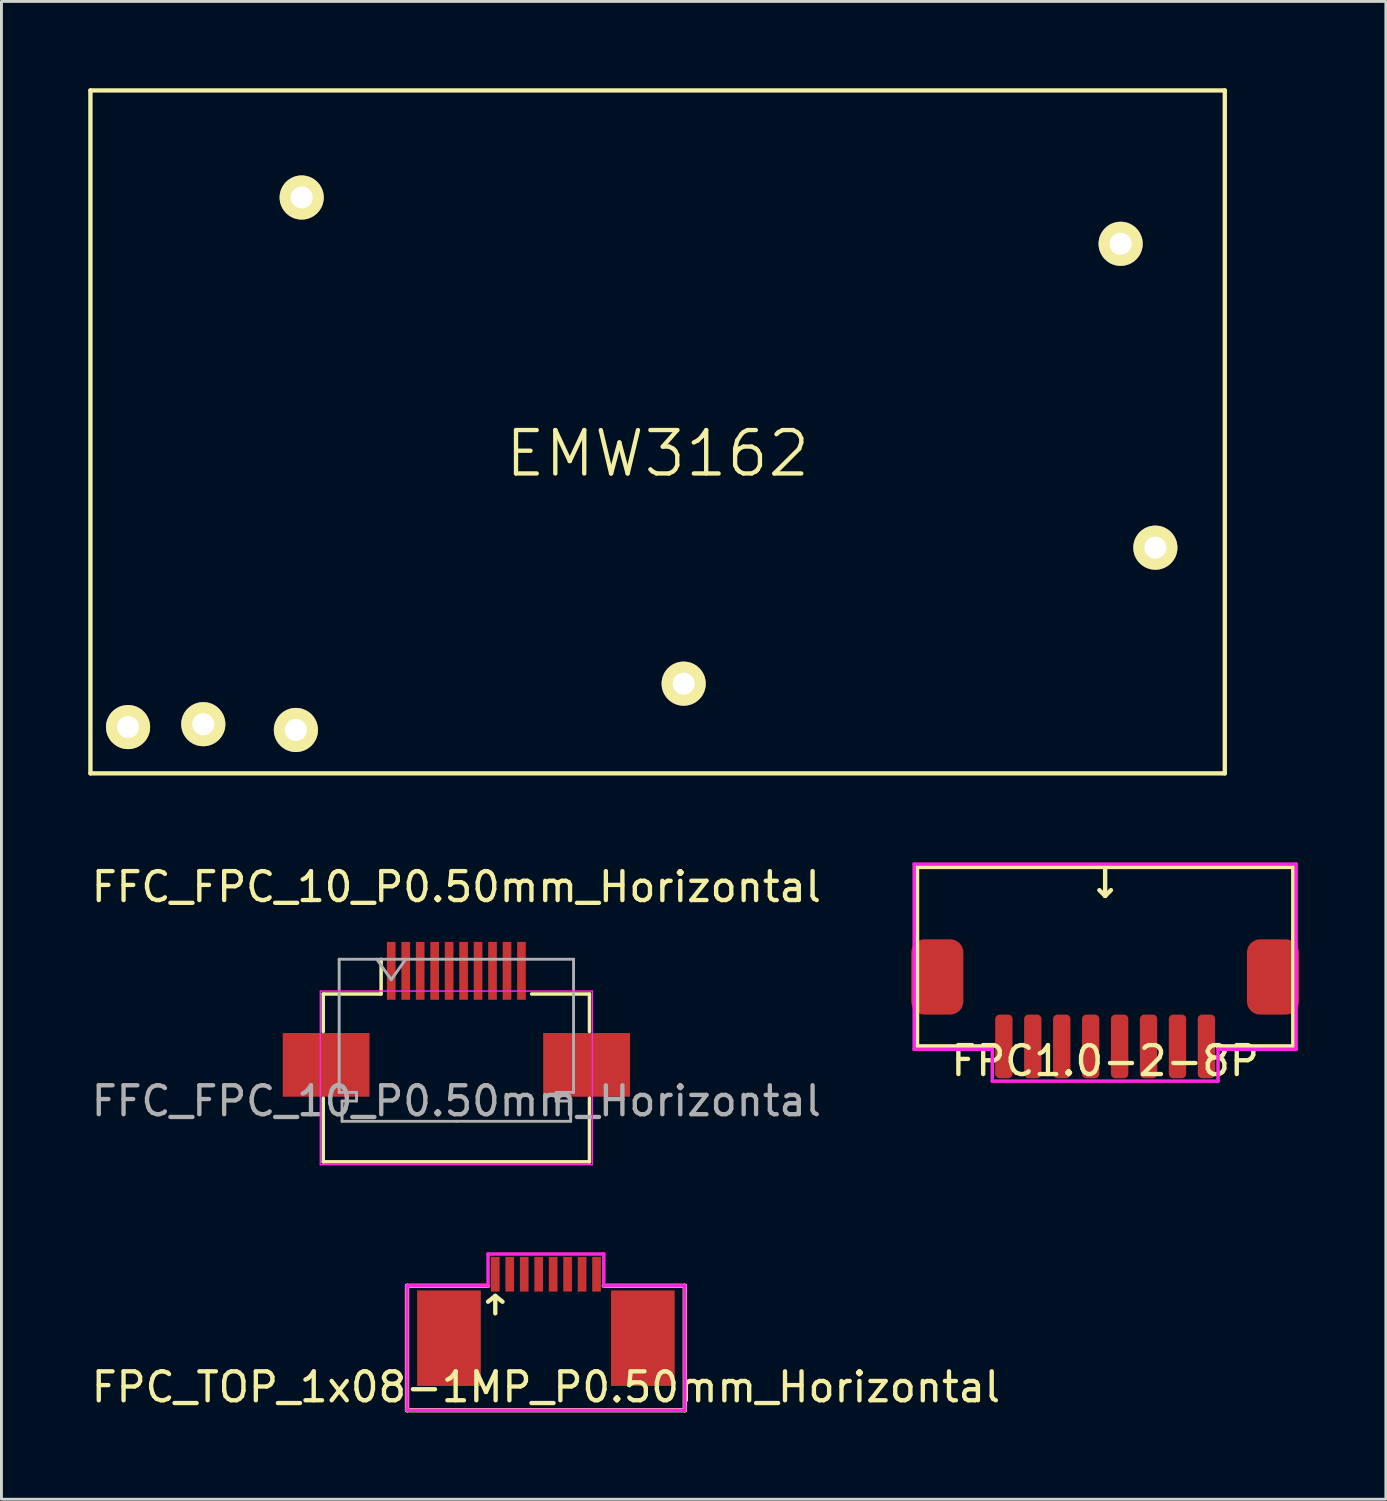
<source format=kicad_pcb>
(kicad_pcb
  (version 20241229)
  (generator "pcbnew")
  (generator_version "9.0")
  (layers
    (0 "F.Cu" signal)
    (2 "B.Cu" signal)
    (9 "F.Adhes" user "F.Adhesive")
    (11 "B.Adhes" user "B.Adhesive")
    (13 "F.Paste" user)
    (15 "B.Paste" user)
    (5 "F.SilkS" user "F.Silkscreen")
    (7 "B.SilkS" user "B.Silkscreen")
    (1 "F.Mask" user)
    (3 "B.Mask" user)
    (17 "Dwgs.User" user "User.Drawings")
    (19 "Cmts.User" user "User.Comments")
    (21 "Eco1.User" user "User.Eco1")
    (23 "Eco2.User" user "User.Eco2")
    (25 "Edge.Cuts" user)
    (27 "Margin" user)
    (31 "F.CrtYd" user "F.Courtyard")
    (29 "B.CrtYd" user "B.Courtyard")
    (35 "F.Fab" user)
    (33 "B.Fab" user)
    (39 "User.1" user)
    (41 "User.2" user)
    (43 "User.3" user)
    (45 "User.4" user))
  (footprint "FPC_TOP_1x08-1MP_P0.50mm_Horizontal"
    (layer "F.Cu")
    (at 15.815 41.583)
    (property "Reference" "FPC_TOP_1x08-1MP_P0.50mm_Horizontal" (at 0 3.3 0) (layer "F.SilkS") (effects (font (size 1 1) (thickness 0.15))))
    (attr through_hole)
    (fp_line (start -4.8 -0.2) (end -4.8 4.1) (stroke (width 0.15) (type solid)) (layer "F.SilkS"))
    (fp_line (start -4.8 4.1) (end 4.8 4.1) (stroke (width 0.15) (type solid)) (layer "F.SilkS"))
    (fp_line (start -2 -0.2) (end -4.8 -0.2) (stroke (width 0.15) (type solid)) (layer "F.SilkS"))
    (fp_line (start -1.75 0.15) (end -2 0.35) (stroke (width 0.15) (type solid)) (layer "F.SilkS"))
    (fp_line (start -1.75 0.15) (end -1.75 0.75) (stroke (width 0.15) (type solid)) (layer "F.SilkS"))
    (fp_line (start -1.75 0.15) (end -1.5 0.35) (stroke (width 0.15) (type solid)) (layer "F.SilkS"))
    (fp_line (start 4.8 -0.2) (end 2 -0.2) (stroke (width 0.15) (type solid)) (layer "F.SilkS"))
    (fp_line (start 4.8 4.1) (end 4.8 -0.2) (stroke (width 0.15) (type solid)) (layer "F.SilkS"))
    (fp_line (start -4.8 -0.2) (end -2 -0.2) (stroke (width 0.12) (type solid)) (layer "F.CrtYd"))
    (fp_line (start -4.8 4.1) (end -4.8 -0.2) (stroke (width 0.12) (type solid)) (layer "F.CrtYd"))
    (fp_line (start -2 -1.3) (end 2 -1.3) (stroke (width 0.12) (type solid)) (layer "F.CrtYd"))
    (fp_line (start -2 -0.2) (end -2 -1.3) (stroke (width 0.12) (type solid)) (layer "F.CrtYd"))
    (fp_line (start 2 -1.3) (end 2 -0.2) (stroke (width 0.12) (type solid)) (layer "F.CrtYd"))
    (fp_line (start 2 -0.2) (end 4.8 -0.2) (stroke (width 0.12) (type solid)) (layer "F.CrtYd"))
    (fp_line (start 4.8 -0.2) (end 4.8 4.1) (stroke (width 0.12) (type solid)) (layer "F.CrtYd"))
    (fp_line (start 4.8 4.1) (end -4.8 4.1) (stroke (width 0.12) (type solid)) (layer "F.CrtYd"))
    (pad "1" smd rect (at -1.75 -0.6) (size 0.3 1.2) (layers "F.Cu" "F.Mask" "F.Paste"))
    (pad "2" smd rect (at -1.25 -0.6) (size 0.3 1.2) (layers "F.Cu" "F.Mask" "F.Paste"))
    (pad "3" smd rect (at -0.75 -0.6) (size 0.3 1.2) (layers "F.Cu" "F.Mask" "F.Paste"))
    (pad "4" smd rect (at -0.25 -0.6) (size 0.3 1.2) (layers "F.Cu" "F.Mask" "F.Paste"))
    (pad "5" smd rect (at 0.25 -0.6) (size 0.3 1.2) (layers "F.Cu" "F.Mask" "F.Paste"))
    (pad "6" smd rect (at 0.75 -0.6) (size 0.3 1.2) (layers "F.Cu" "F.Mask" "F.Paste"))
    (pad "7" smd rect (at 1.25 -0.6) (size 0.3 1.2) (layers "F.Cu" "F.Mask" "F.Paste"))
    (pad "8" smd rect (at 1.75 -0.6) (size 0.3 1.2) (layers "F.Cu" "F.Mask" "F.Paste"))
    (pad "MP" smd rect (at -3.35 1.61) (size 2.2 3.3) (layers "F.Cu" "F.Mask" "F.Paste"))
    (pad "MP" smd rect (at 3.35 1.61) (size 2.2 3.3) (layers "F.Cu" "F.Mask" "F.Paste")))
  (footprint "FFC_FPC_10_P0.50mm_Horizontal"
    (layer "F.Cu")
    (at 12.72 31.298)
    (property "Reference" "FFC_FPC_10_P0.50mm_Horizontal" (at 0 -3.7 180) (layer "F.SilkS") (effects (font (size 1 1) (thickness 0.15))))
    (attr smd)
    (fp_line (start -4.6 0) (end -4.6 1.3) (stroke (width 0.12) (type solid)) (layer "F.SilkS"))
    (fp_line (start -4.6 3.6) (end -4.6 5.8) (stroke (width 0.12) (type solid)) (layer "F.SilkS"))
    (fp_line (start -4.6 5.8) (end 4.6 5.8) (stroke (width 0.12) (type solid)) (layer "F.SilkS"))
    (fp_line (start -2.6 0) (end -4.6 0) (stroke (width 0.12) (type solid)) (layer "F.SilkS"))
    (fp_line (start -2.6 0) (end -2.6 -1.2) (stroke (width 0.12) (type solid)) (layer "F.SilkS"))
    (fp_line (start 2.6 0) (end 4.6 0) (stroke (width 0.12) (type solid)) (layer "F.SilkS"))
    (fp_line (start 4.6 0) (end 4.6 1.3) (stroke (width 0.12) (type solid)) (layer "F.SilkS"))
    (fp_line (start 4.6 5.8) (end 4.6 3.6) (stroke (width 0.12) (type solid)) (layer "F.SilkS"))
    (fp_line (start -4.7 -0.1) (end -4.7 5.9) (stroke (width 0.05) (type solid)) (layer "F.CrtYd"))
    (fp_line (start -4.7 5.9) (end 4.7 5.9) (stroke (width 0.05) (type solid)) (layer "F.CrtYd"))
    (fp_line (start 4.7 -0.1) (end -4.7 -0.1) (stroke (width 0.05) (type solid)) (layer "F.CrtYd"))
    (fp_line (start 4.7 5.9) (end 4.7 -0.1) (stroke (width 0.05) (type solid)) (layer "F.CrtYd"))
    (fp_line (start -4.05 -1.2) (end -4.05 3.4) (stroke (width 0.1) (type solid)) (layer "F.Fab"))
    (fp_line (start -4.05 3.4) (end -3.45 3.4) (stroke (width 0.1) (type solid)) (layer "F.Fab"))
    (fp_line (start -3.95 3.7) (end -3.95 4.4) (stroke (width 0.1) (type solid)) (layer "F.Fab"))
    (fp_line (start -3.95 4.4) (end 0 4.4) (stroke (width 0.1) (type solid)) (layer "F.Fab"))
    (fp_line (start -3.45 3.4) (end -3.45 3.7) (stroke (width 0.1) (type solid)) (layer "F.Fab"))
    (fp_line (start -3.45 3.7) (end -3.95 3.7) (stroke (width 0.1) (type solid)) (layer "F.Fab"))
    (fp_line (start -2.75 -1.2) (end -2.25 -0.493) (stroke (width 0.1) (type solid)) (layer "F.Fab"))
    (fp_line (start -2.25 -0.493) (end -1.75 -1.2) (stroke (width 0.1) (type solid)) (layer "F.Fab"))
    (fp_line (start 0 -1.2) (end -4.05 -1.2) (stroke (width 0.1) (type solid)) (layer "F.Fab"))
    (fp_line (start 0 -1.2) (end 4.05 -1.2) (stroke (width 0.1) (type solid)) (layer "F.Fab"))
    (fp_line (start 3.45 3.4) (end 3.45 3.7) (stroke (width 0.1) (type solid)) (layer "F.Fab"))
    (fp_line (start 3.45 3.7) (end 3.95 3.7) (stroke (width 0.1) (type solid)) (layer "F.Fab"))
    (fp_line (start 3.95 3.7) (end 3.95 4.4) (stroke (width 0.1) (type solid)) (layer "F.Fab"))
    (fp_line (start 3.95 4.4) (end 0 4.4) (stroke (width 0.1) (type solid)) (layer "F.Fab"))
    (fp_line (start 4.05 -1.2) (end 4.05 3.4) (stroke (width 0.1) (type solid)) (layer "F.Fab"))
    (fp_line (start 4.05 3.4) (end 3.45 3.4) (stroke (width 0.1) (type solid)) (layer "F.Fab"))
    (fp_text user "${REFERENCE}" (at 0 3.7 180) (layer "F.Fab") (effects (font (size 1 1) (thickness 0.15))))
    (pad "1" smd rect (at -2.25 -0.8) (size 0.3 2) (layers "F.Cu" "F.Mask" "F.Paste"))
    (pad "2" smd rect (at -1.75 -0.8) (size 0.3 2) (layers "F.Cu" "F.Mask" "F.Paste"))
    (pad "3" smd rect (at -1.25 -0.8) (size 0.3 2) (layers "F.Cu" "F.Mask" "F.Paste"))
    (pad "4" smd rect (at -0.75 -0.8) (size 0.3 2) (layers "F.Cu" "F.Mask" "F.Paste"))
    (pad "5" smd rect (at -0.25 -0.8) (size 0.3 2) (layers "F.Cu" "F.Mask" "F.Paste"))
    (pad "6" smd rect (at 0.25 -0.8) (size 0.3 2) (layers "F.Cu" "F.Mask" "F.Paste"))
    (pad "7" smd rect (at 0.75 -0.8) (size 0.3 2) (layers "F.Cu" "F.Mask" "F.Paste"))
    (pad "8" smd rect (at 1.25 -0.8) (size 0.3 2) (layers "F.Cu" "F.Mask" "F.Paste"))
    (pad "9" smd rect (at 1.75 -0.8) (size 0.3 2) (layers "F.Cu" "F.Mask" "F.Paste"))
    (pad "10" smd rect (at 2.25 -0.8) (size 0.3 2) (layers "F.Cu" "F.Mask" "F.Paste"))
    (pad "MP" smd rect (at -4.5 2.45) (size 3 2.2) (layers "F.Cu" "F.Mask" "F.Paste"))
    (pad "MP" smd rect (at 4.5 2.45) (size 3 2.2) (layers "F.Cu" "F.Mask" "F.Paste")))
  (footprint "EMW3162"
    (layer "F.Cu")
    (at 19.675 11.875)
    (property "Reference" "EMW3162" (at 0 0.75 0) (layer "F.SilkS") (effects (font (size 1.5 1.5) (thickness 0.15))))
    (attr through_hole)
    (fp_line (start -19.6 -11.8) (end 19.6 -11.8) (stroke (width 0.15) (type solid)) (layer "F.SilkS"))
    (fp_line (start -19.6 11.8) (end -19.6 -11.8) (stroke (width 0.15) (type solid)) (layer "F.SilkS"))
    (fp_line (start 19.6 -11.8) (end 19.6 11.8) (stroke (width 0.15) (type solid)) (layer "F.SilkS"))
    (fp_line (start 19.6 11.8) (end -19.6 11.8) (stroke (width 0.15) (type solid)) (layer "F.SilkS"))
    (pad "1" thru_hole circle (at -18.3 10.2) (size 1.524 1.524) (drill 0.762) (layers "*.Cu" "*.Mask" "F.SilkS"))
    (pad "2" thru_hole circle (at -15.7 10.1) (size 1.524 1.524) (drill 0.762) (layers "*.Cu" "*.Mask" "F.SilkS"))
    (pad "3" thru_hole circle (at -12.5 10.3) (size 1.524 1.524) (drill 0.762) (layers "*.Cu" "*.Mask" "F.SilkS"))
    (pad "4" thru_hole circle (at 0.9 8.7) (size 1.524 1.524) (drill 0.762) (layers "*.Cu" "*.Mask" "F.SilkS"))
    (pad "5" thru_hole circle (at 16 -6.5) (size 1.524 1.524) (drill 0.762) (layers "*.Cu" "*.Mask" "F.SilkS"))
    (pad "6" thru_hole circle (at 17.2 4) (size 1.524 1.524) (drill 0.762) (layers "*.Cu" "*.Mask" "F.SilkS"))
    (pad "7" thru_hole circle (at -12.3 -8.1) (size 1.524 1.524) (drill 0.762) (layers "*.Cu" "*.Mask" "F.SilkS")))
  (footprint "FPC1.0-2-8P"
    (layer "F.Cu")
    (at 35.14 33.11)
    (property "Reference" "FPC1.0-2-8P" (at 0 0.5 0) (layer "F.SilkS") (effects (font (size 1 1) (thickness 0.15))))
    (attr through_hole)
    (fp_line (start -6.5 -6.2) (end 6.5 -6.2) (stroke (width 0.15) (type solid)) (layer "F.SilkS"))
    (fp_line (start -6.5 0) (end -6.5 -6.2) (stroke (width 0.15) (type solid)) (layer "F.SilkS"))
    (fp_line (start -6.5 0) (end -3.9 0) (stroke (width 0.15) (type solid)) (layer "F.SilkS"))
    (fp_line (start 0 -6.2) (end 0 -5.2) (stroke (width 0.15) (type solid)) (layer "F.SilkS"))
    (fp_line (start 0 -5.2) (end -0.2 -5.4) (stroke (width 0.15) (type solid)) (layer "F.SilkS"))
    (fp_line (start 0 -5.2) (end 0.2 -5.4) (stroke (width 0.15) (type solid)) (layer "F.SilkS"))
    (fp_line (start 6.5 -6.2) (end 6.5 0) (stroke (width 0.15) (type solid)) (layer "F.SilkS"))
    (fp_line (start 6.5 0) (end 3.9 0) (stroke (width 0.15) (type solid)) (layer "F.SilkS"))
    (fp_line (start -6.6 -6.3) (end 6.6 -6.3) (stroke (width 0.12) (type solid)) (layer "F.CrtYd"))
    (fp_line (start -6.6 0.1) (end -6.6 -6.3) (stroke (width 0.12) (type solid)) (layer "F.CrtYd"))
    (fp_line (start -6.6 0.1) (end -3.9 0.1) (stroke (width 0.12) (type solid)) (layer "F.CrtYd"))
    (fp_line (start -3.9 0.1) (end -3.9 1.2) (stroke (width 0.12) (type solid)) (layer "F.CrtYd"))
    (fp_line (start -3.9 1.2) (end 3.9 1.2) (stroke (width 0.12) (type solid)) (layer "F.CrtYd"))
    (fp_line (start 3.9 0.1) (end 6.6 0.1) (stroke (width 0.12) (type solid)) (layer "F.CrtYd"))
    (fp_line (start 3.9 1.2) (end 3.9 0.1) (stroke (width 0.12) (type solid)) (layer "F.CrtYd"))
    (fp_line (start 6.6 -6.3) (end 6.6 0.1) (stroke (width 0.12) (type solid)) (layer "F.CrtYd"))
    (pad "1" smd roundrect (at -3.5 0) (size 0.6 2.2) (layers "F.Cu" "F.Mask" "F.Paste") (roundrect_rratio 0.25))
    (pad "2" smd roundrect (at -2.5 0) (size 0.6 2.2) (layers "F.Cu" "F.Mask" "F.Paste") (roundrect_rratio 0.25))
    (pad "3" smd roundrect (at -1.5 0) (size 0.6 2.2) (layers "F.Cu" "F.Mask" "F.Paste") (roundrect_rratio 0.25))
    (pad "4" smd roundrect (at -0.5 0) (size 0.6 2.2) (layers "F.Cu" "F.Mask" "F.Paste") (roundrect_rratio 0.25))
    (pad "5" smd roundrect (at 0.5 0) (size 0.6 2.2) (layers "F.Cu" "F.Mask" "F.Paste") (roundrect_rratio 0.25))
    (pad "6" smd roundrect (at 1.5 0) (size 0.6 2.2) (layers "F.Cu" "F.Mask" "F.Paste") (roundrect_rratio 0.25))
    (pad "7" smd roundrect (at 2.5 0) (size 0.6 2.2) (layers "F.Cu" "F.Mask" "F.Paste") (roundrect_rratio 0.25))
    (pad "8" smd roundrect (at 3.5 0) (size 0.6 2.2) (layers "F.Cu" "F.Mask" "F.Paste") (roundrect_rratio 0.25))
    (pad "MP" smd roundrect (at -5.8 -2.4) (size 1.8 2.6) (layers "F.Cu" "F.Mask" "F.Paste") (roundrect_rratio 0.25))
    (pad "MP" smd roundrect (at 5.8 -2.4) (size 1.8 2.6) (layers "F.Cu" "F.Mask" "F.Paste") (roundrect_rratio 0.25)))
  (gr_rect
    (start -3 -3)
    (end 44.84 48.758)
    (stroke (width 0.1) (type default))
    (fill no)
    (layer "Edge.Cuts")))
</source>
